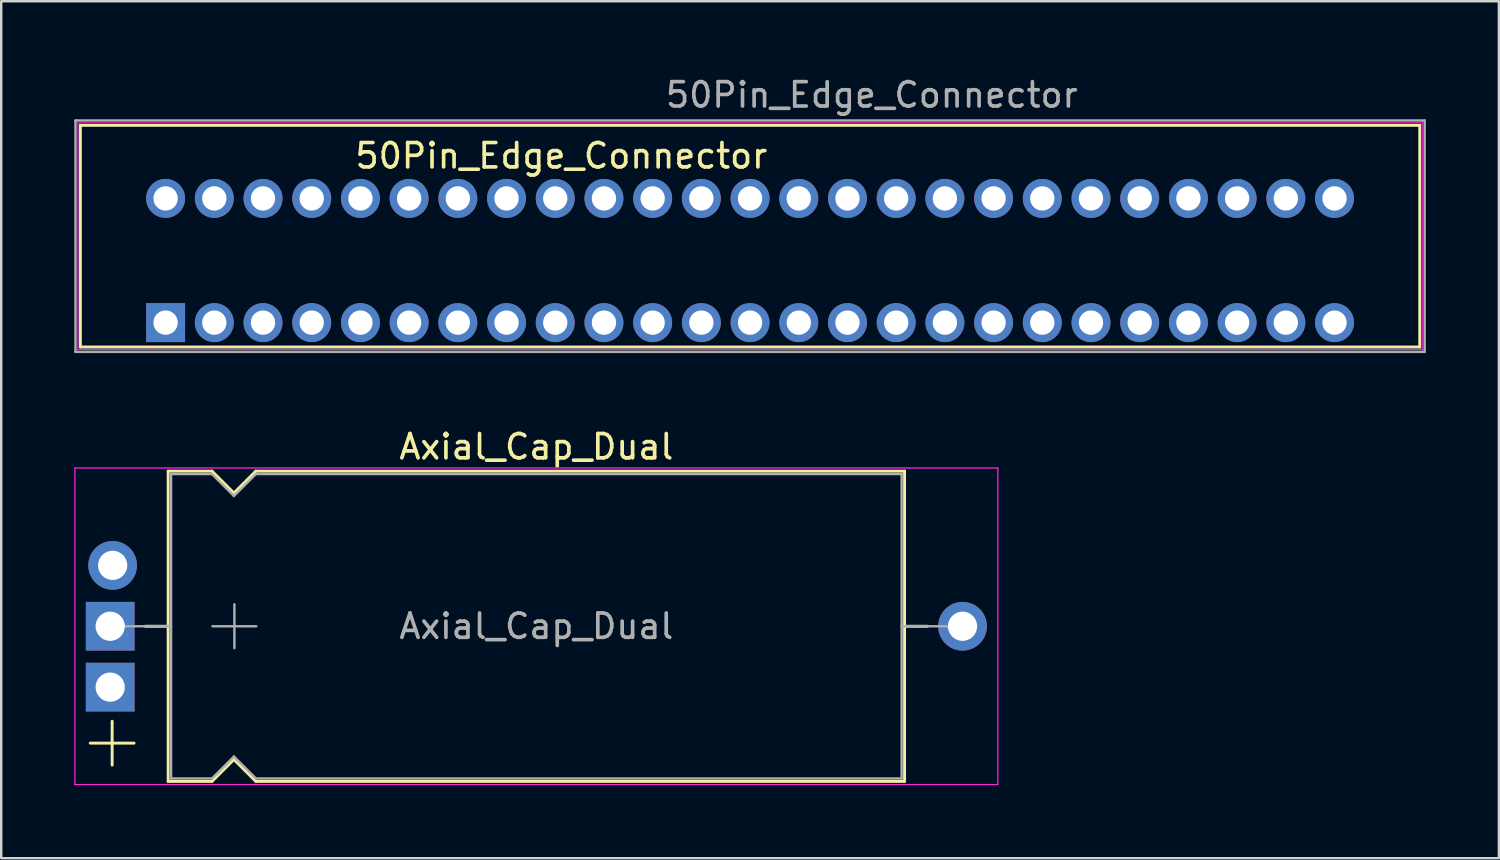
<source format=kicad_pcb>
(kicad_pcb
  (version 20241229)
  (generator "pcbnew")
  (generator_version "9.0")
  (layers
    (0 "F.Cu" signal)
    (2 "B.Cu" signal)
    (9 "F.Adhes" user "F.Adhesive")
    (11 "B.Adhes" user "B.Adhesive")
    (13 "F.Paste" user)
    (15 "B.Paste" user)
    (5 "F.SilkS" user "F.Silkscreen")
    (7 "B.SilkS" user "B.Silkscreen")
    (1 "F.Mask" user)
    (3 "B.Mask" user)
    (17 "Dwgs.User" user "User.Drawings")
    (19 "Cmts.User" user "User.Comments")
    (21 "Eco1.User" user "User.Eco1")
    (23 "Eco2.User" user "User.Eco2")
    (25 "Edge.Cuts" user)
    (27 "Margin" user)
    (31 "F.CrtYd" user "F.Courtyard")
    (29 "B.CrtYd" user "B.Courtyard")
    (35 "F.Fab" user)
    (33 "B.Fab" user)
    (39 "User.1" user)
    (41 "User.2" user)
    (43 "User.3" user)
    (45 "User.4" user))
  (footprint "Axial_Cap_Dual"
    (layer "F.Cu")
    (at 1.475 22.666)
    (property "Reference" "Axial_Cap_Dual" (at 17.5 -7.37 0) (layer "F.SilkS") (effects (font (size 1 1) (thickness 0.15))))
    (attr through_hole)
    (fp_line (start -0.82 4.8) (end 0.98 4.8) (stroke (width 0.12) (type solid)) (layer "F.SilkS"))
    (fp_line (start 0.08 3.9) (end 0.08 5.7) (stroke (width 0.12) (type solid)) (layer "F.SilkS"))
    (fp_line (start 1.44 0) (end 2.38 0) (stroke (width 0.12) (type solid)) (layer "F.SilkS"))
    (fp_line (start 2.38 -6.37) (end 2.38 6.37) (stroke (width 0.12) (type solid)) (layer "F.SilkS"))
    (fp_line (start 2.38 -6.37) (end 4.18 -6.37) (stroke (width 0.12) (type solid)) (layer "F.SilkS"))
    (fp_line (start 2.38 6.37) (end 4.18 6.37) (stroke (width 0.12) (type solid)) (layer "F.SilkS"))
    (fp_line (start 4.18 -6.37) (end 5.08 -5.47) (stroke (width 0.12) (type solid)) (layer "F.SilkS"))
    (fp_line (start 4.18 6.37) (end 5.08 5.47) (stroke (width 0.12) (type solid)) (layer "F.SilkS"))
    (fp_line (start 5.08 -5.47) (end 5.98 -6.37) (stroke (width 0.12) (type solid)) (layer "F.SilkS"))
    (fp_line (start 5.08 5.47) (end 5.98 6.37) (stroke (width 0.12) (type solid)) (layer "F.SilkS"))
    (fp_line (start 5.98 -6.37) (end 32.62 -6.37) (stroke (width 0.12) (type solid)) (layer "F.SilkS"))
    (fp_line (start 5.98 6.37) (end 32.62 6.37) (stroke (width 0.12) (type solid)) (layer "F.SilkS"))
    (fp_line (start 32.62 -6.37) (end 32.62 6.37) (stroke (width 0.12) (type solid)) (layer "F.SilkS"))
    (fp_line (start 33.56 0) (end 32.62 0) (stroke (width 0.12) (type solid)) (layer "F.SilkS"))
    (fp_line (start -1.45 -6.5) (end -1.45 6.5) (stroke (width 0.05) (type solid)) (layer "F.CrtYd"))
    (fp_line (start -1.45 6.5) (end 36.45 6.5) (stroke (width 0.05) (type solid)) (layer "F.CrtYd"))
    (fp_line (start 36.45 -6.5) (end -1.45 -6.5) (stroke (width 0.05) (type solid)) (layer "F.CrtYd"))
    (fp_line (start 36.45 6.5) (end 36.45 -6.5) (stroke (width 0.05) (type solid)) (layer "F.CrtYd"))
    (fp_line (start 0 0) (end 2.5 0) (stroke (width 0.1) (type solid)) (layer "F.Fab"))
    (fp_line (start 2.5 -6.25) (end 2.5 6.25) (stroke (width 0.1) (type solid)) (layer "F.Fab"))
    (fp_line (start 2.5 -6.25) (end 4.18 -6.25) (stroke (width 0.1) (type solid)) (layer "F.Fab"))
    (fp_line (start 2.5 6.25) (end 4.18 6.25) (stroke (width 0.1) (type solid)) (layer "F.Fab"))
    (fp_line (start 4.18 -6.25) (end 5.08 -5.35) (stroke (width 0.1) (type solid)) (layer "F.Fab"))
    (fp_line (start 4.18 6.25) (end 5.08 5.35) (stroke (width 0.1) (type solid)) (layer "F.Fab"))
    (fp_line (start 4.2 0) (end 6 0) (stroke (width 0.1) (type solid)) (layer "F.Fab"))
    (fp_line (start 5.08 -5.35) (end 5.98 -6.25) (stroke (width 0.1) (type solid)) (layer "F.Fab"))
    (fp_line (start 5.08 5.35) (end 5.98 6.25) (stroke (width 0.1) (type solid)) (layer "F.Fab"))
    (fp_line (start 5.1 -0.9) (end 5.1 0.9) (stroke (width 0.1) (type solid)) (layer "F.Fab"))
    (fp_line (start 5.98 -6.25) (end 32.5 -6.25) (stroke (width 0.1) (type solid)) (layer "F.Fab"))
    (fp_line (start 5.98 6.25) (end 32.5 6.25) (stroke (width 0.1) (type solid)) (layer "F.Fab"))
    (fp_line (start 32.5 -6.25) (end 32.5 6.25) (stroke (width 0.1) (type solid)) (layer "F.Fab"))
    (fp_line (start 35 0) (end 32.5 0) (stroke (width 0.1) (type solid)) (layer "F.Fab"))
    (fp_text user "${REFERENCE}" (at 17.5 0 0) (layer "F.Fab") (effects (font (size 1 1) (thickness 0.15))))
    (pad "1" thru_hole rect (at 0 0) (size 2 2) (drill 1.2) (layers "*.Cu" "*.Mask"))
    (pad "1" thru_hole rect (at 0 2.5) (size 2 2) (drill 1.2) (layers "*.Cu" "*.Mask"))
    (pad "2" thru_hole circle (at 0.1 -2.5) (size 2 2) (drill 1.2) (layers "*.Cu" "*.Mask"))
    (pad "2" thru_hole circle (at 35 0) (size 2 2) (drill 1.2) (layers "*.Cu" "*.Mask")))
  (footprint "50Pin_Edge_Connector"
    (layer "F.Cu")
    (at 9.75 5.098)
    (property "Reference" "50Pin_Edge_Connector" (at 10.25 -1.75 0) (layer "F.SilkS") (effects (font (size 1 1) (thickness 0.15))))
    (attr through_hole)
    (fp_line (start -9.5 -3) (end 45.5 -3) (stroke (width 0.12) (type solid)) (layer "F.SilkS"))
    (fp_line (start -9.5 6.1) (end -9.5 -3) (stroke (width 0.12) (type solid)) (layer "F.SilkS"))
    (fp_line (start -9.5 6.1) (end 45.5 6.1) (stroke (width 0.12) (type solid)) (layer "F.SilkS"))
    (fp_line (start 45.5 -3) (end 45.5 6.1) (stroke (width 0.12) (type solid)) (layer "F.SilkS"))
    (fp_line (start -9.6 6.2) (end -9.6 -3.1) (stroke (width 0.05) (type solid)) (layer "F.CrtYd"))
    (fp_line (start 45.6 -3.1) (end -9.6 -3.1) (stroke (width 0.05) (type solid)) (layer "F.CrtYd"))
    (fp_line (start 45.6 6.2) (end -9.6 6.2) (stroke (width 0.05) (type solid)) (layer "F.CrtYd"))
    (fp_line (start 45.6 6.2) (end 45.6 -3.1) (stroke (width 0.05) (type solid)) (layer "F.CrtYd"))
    (fp_line (start -9.7 -3.2) (end -9.7 6.3) (stroke (width 0.1) (type solid)) (layer "F.Fab"))
    (fp_line (start 45.7 -3.2) (end -9.7 -3.2) (stroke (width 0.1) (type solid)) (layer "F.Fab"))
    (fp_line (start 45.7 6.3) (end -9.7 6.3) (stroke (width 0.1) (type solid)) (layer "F.Fab"))
    (fp_line (start 45.7 6.3) (end 45.7 -3.2) (stroke (width 0.1) (type solid)) (layer "F.Fab"))
    (fp_text user "${REFERENCE}" (at 23 -4.25 0) (layer "F.Fab") (effects (font (size 1 1) (thickness 0.15))))
    (pad "1" thru_hole rect (at -6 5.1) (size 1.6 1.6) (drill 1) (layers "*.Cu" "*.Mask"))
    (pad "2" thru_hole circle (at -4 5.1) (size 1.6 1.6) (drill 1) (layers "*.Cu" "*.Mask"))
    (pad "3" thru_hole circle (at -2 5.1) (size 1.6 1.6) (drill 1) (layers "*.Cu" "*.Mask"))
    (pad "4" thru_hole circle (at 0 5.1) (size 1.6 1.6) (drill 1) (layers "*.Cu" "*.Mask"))
    (pad "5" thru_hole circle (at 2 5.1) (size 1.6 1.6) (drill 1) (layers "*.Cu" "*.Mask"))
    (pad "6" thru_hole circle (at 4 5.1) (size 1.6 1.6) (drill 1) (layers "*.Cu" "*.Mask"))
    (pad "7" thru_hole circle (at 6 5.1) (size 1.6 1.6) (drill 1) (layers "*.Cu" "*.Mask"))
    (pad "8" thru_hole circle (at 8 5.1) (size 1.6 1.6) (drill 1) (layers "*.Cu" "*.Mask"))
    (pad "9" thru_hole circle (at 10 5.1) (size 1.6 1.6) (drill 1) (layers "*.Cu" "*.Mask"))
    (pad "10" thru_hole circle (at 12 5.1) (size 1.6 1.6) (drill 1) (layers "*.Cu" "*.Mask"))
    (pad "11" thru_hole circle (at 14 5.1) (size 1.6 1.6) (drill 1) (layers "*.Cu" "*.Mask"))
    (pad "12" thru_hole circle (at 16 5.1) (size 1.6 1.6) (drill 1) (layers "*.Cu" "*.Mask"))
    (pad "13" thru_hole circle (at 18 5.1) (size 1.6 1.6) (drill 1) (layers "*.Cu" "*.Mask"))
    (pad "14" thru_hole circle (at 20 5.1) (size 1.6 1.6) (drill 1) (layers "*.Cu" "*.Mask"))
    (pad "15" thru_hole circle (at 22 5.1) (size 1.6 1.6) (drill 1) (layers "*.Cu" "*.Mask"))
    (pad "16" thru_hole circle (at 24 5.1) (size 1.6 1.6) (drill 1) (layers "*.Cu" "*.Mask"))
    (pad "17" thru_hole circle (at 26 5.1) (size 1.6 1.6) (drill 1) (layers "*.Cu" "*.Mask"))
    (pad "18" thru_hole circle (at 28 5.1) (size 1.6 1.6) (drill 1) (layers "*.Cu" "*.Mask"))
    (pad "19" thru_hole circle (at 30 5.1) (size 1.6 1.6) (drill 1) (layers "*.Cu" "*.Mask"))
    (pad "20" thru_hole circle (at 32 5.1) (size 1.6 1.6) (drill 1) (layers "*.Cu" "*.Mask"))
    (pad "21" thru_hole circle (at 34 5.1) (size 1.6 1.6) (drill 1) (layers "*.Cu" "*.Mask"))
    (pad "22" thru_hole circle (at 36 5.1) (size 1.6 1.6) (drill 1) (layers "*.Cu" "*.Mask"))
    (pad "23" thru_hole circle (at 38 5.1) (size 1.6 1.6) (drill 1) (layers "*.Cu" "*.Mask"))
    (pad "24" thru_hole circle (at 40 5.1) (size 1.6 1.6) (drill 1) (layers "*.Cu" "*.Mask"))
    (pad "25" thru_hole circle (at 42 5.1) (size 1.6 1.6) (drill 1) (layers "*.Cu" "*.Mask"))
    (pad "A" thru_hole circle (at -6 0) (size 1.6 1.6) (drill 1) (layers "*.Cu" "*.Mask"))
    (pad "AA" thru_hole circle (at 38 0) (size 1.6 1.6) (drill 1) (layers "*.Cu" "*.Mask"))
    (pad "B" thru_hole circle (at -4 0) (size 1.6 1.6) (drill 1) (layers "*.Cu" "*.Mask"))
    (pad "BB" thru_hole circle (at 40 0) (size 1.6 1.6) (drill 1) (layers "*.Cu" "*.Mask"))
    (pad "C" thru_hole circle (at -2 0) (size 1.6 1.6) (drill 1) (layers "*.Cu" "*.Mask"))
    (pad "CC" thru_hole circle (at 42 0) (size 1.6 1.6) (drill 1) (layers "*.Cu" "*.Mask"))
    (pad "D" thru_hole circle (at 0 0) (size 1.6 1.6) (drill 1) (layers "*.Cu" "*.Mask"))
    (pad "E" thru_hole circle (at 2 0) (size 1.6 1.6) (drill 1) (layers "*.Cu" "*.Mask"))
    (pad "F" thru_hole circle (at 4 0) (size 1.6 1.6) (drill 1) (layers "*.Cu" "*.Mask"))
    (pad "H" thru_hole circle (at 6 0) (size 1.6 1.6) (drill 1) (layers "*.Cu" "*.Mask"))
    (pad "J" thru_hole circle (at 8 0) (size 1.6 1.6) (drill 1) (layers "*.Cu" "*.Mask"))
    (pad "K" thru_hole circle (at 10 0) (size 1.6 1.6) (drill 1) (layers "*.Cu" "*.Mask"))
    (pad "L" thru_hole circle (at 12 0) (size 1.6 1.6) (drill 1) (layers "*.Cu" "*.Mask"))
    (pad "M" thru_hole circle (at 14 0) (size 1.6 1.6) (drill 1) (layers "*.Cu" "*.Mask"))
    (pad "N" thru_hole circle (at 16 0) (size 1.6 1.6) (drill 1) (layers "*.Cu" "*.Mask"))
    (pad "P" thru_hole circle (at 18 0) (size 1.6 1.6) (drill 1) (layers "*.Cu" "*.Mask"))
    (pad "R" thru_hole circle (at 20 0) (size 1.6 1.6) (drill 1) (layers "*.Cu" "*.Mask"))
    (pad "S" thru_hole circle (at 22 0) (size 1.6 1.6) (drill 1) (layers "*.Cu" "*.Mask"))
    (pad "T" thru_hole circle (at 24 0) (size 1.6 1.6) (drill 1) (layers "*.Cu" "*.Mask"))
    (pad "U" thru_hole circle (at 26 0) (size 1.6 1.6) (drill 1) (layers "*.Cu" "*.Mask"))
    (pad "V" thru_hole circle (at 28 0) (size 1.6 1.6) (drill 1) (layers "*.Cu" "*.Mask"))
    (pad "W" thru_hole circle (at 30 0) (size 1.6 1.6) (drill 1) (layers "*.Cu" "*.Mask"))
    (pad "X" thru_hole circle (at 32 0) (size 1.6 1.6) (drill 1) (layers "*.Cu" "*.Mask"))
    (pad "Y" thru_hole circle (at 34 0) (size 1.6 1.6) (drill 1) (layers "*.Cu" "*.Mask"))
    (pad "Z" thru_hole circle (at 36 0) (size 1.6 1.6) (drill 1) (layers "*.Cu" "*.Mask")))
  (gr_rect
    (start -3 -3)
    (end 58.5 32.191)
    (stroke (width 0.1) (type default))
    (fill no)
    (layer "Edge.Cuts")))
</source>
